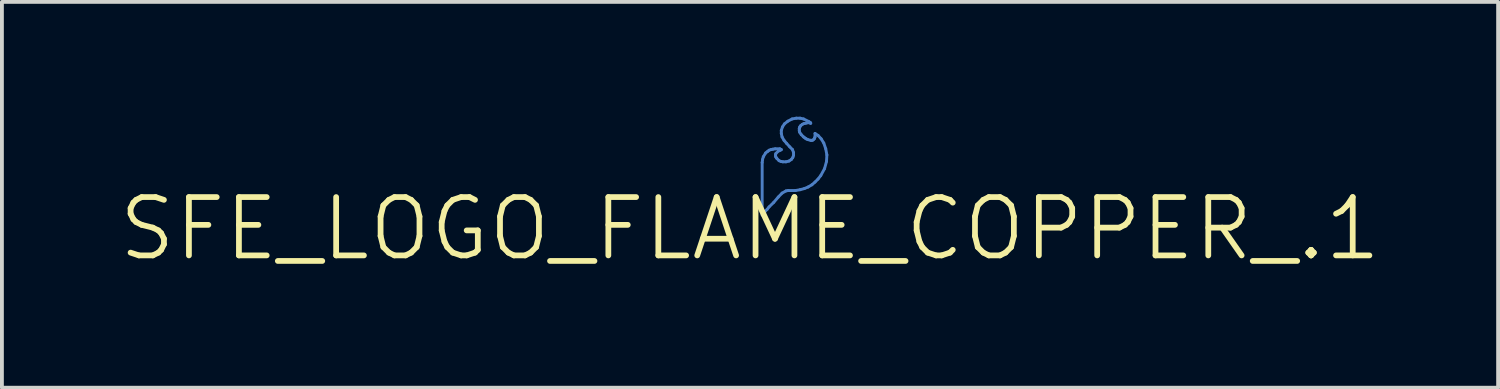
<source format=kicad_pcb>
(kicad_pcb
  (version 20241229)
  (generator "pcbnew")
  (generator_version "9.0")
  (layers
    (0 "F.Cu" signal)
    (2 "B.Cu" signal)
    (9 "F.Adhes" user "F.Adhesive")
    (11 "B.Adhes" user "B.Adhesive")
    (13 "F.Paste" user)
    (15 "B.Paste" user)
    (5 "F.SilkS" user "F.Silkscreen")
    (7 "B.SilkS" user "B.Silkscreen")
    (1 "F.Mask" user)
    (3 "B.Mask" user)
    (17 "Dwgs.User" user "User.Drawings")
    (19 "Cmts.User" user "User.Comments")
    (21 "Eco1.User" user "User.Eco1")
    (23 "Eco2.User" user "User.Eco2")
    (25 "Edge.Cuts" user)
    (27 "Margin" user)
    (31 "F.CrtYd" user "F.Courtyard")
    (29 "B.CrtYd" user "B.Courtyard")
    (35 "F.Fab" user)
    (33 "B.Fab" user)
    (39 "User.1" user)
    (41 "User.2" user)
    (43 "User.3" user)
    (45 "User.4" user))
  (footprint "SFE_LOGO_FLAME_COPPER_.1"
    (layer "F.Cu")
    (at 16.546 2.926)
    (property "Reference" "SFE_LOGO_FLAME_COPPER_.1" (at 0 0 0) (layer "F.SilkS") (effects (font (size 1.524 1.524) (thickness 0.15))))
    (attr exclude_from_pos_files exclude_from_bom)
    (fp_line (start 0.318 -1.73) (end 0.318 -0.358) (stroke (width 0.076) (type solid)) (layer "B.Cu"))
    (fp_line (start 0.318 -0.358) (end 0.368 -0.409) (stroke (width 0.076) (type solid)) (layer "B.Cu"))
    (fp_line (start 0.328 -1.808) (end 0.318 -1.73) (stroke (width 0.076) (type solid)) (layer "B.Cu"))
    (fp_line (start 0.348 -1.88) (end 0.328 -1.808) (stroke (width 0.076) (type solid)) (layer "B.Cu"))
    (fp_line (start 0.368 -0.409) (end 0.399 -0.46) (stroke (width 0.076) (type solid)) (layer "B.Cu"))
    (fp_line (start 0.399 -0.46) (end 0.45 -0.508) (stroke (width 0.076) (type solid)) (layer "B.Cu"))
    (fp_line (start 0.409 -1.979) (end 0.348 -1.88) (stroke (width 0.076) (type solid)) (layer "B.Cu"))
    (fp_line (start 0.45 -0.508) (end 0.498 -0.569) (stroke (width 0.076) (type solid)) (layer "B.Cu"))
    (fp_line (start 0.46 -2.019) (end 0.409 -1.979) (stroke (width 0.076) (type solid)) (layer "B.Cu"))
    (fp_line (start 0.498 -2.05) (end 0.46 -2.019) (stroke (width 0.076) (type solid)) (layer "B.Cu"))
    (fp_line (start 0.498 -0.569) (end 0.62 -0.688) (stroke (width 0.076) (type solid)) (layer "B.Cu"))
    (fp_line (start 0.549 -2.068) (end 0.498 -2.05) (stroke (width 0.076) (type solid)) (layer "B.Cu"))
    (fp_line (start 0.599 -2.078) (end 0.549 -2.068) (stroke (width 0.076) (type solid)) (layer "B.Cu"))
    (fp_line (start 0.62 -0.688) (end 0.739 -0.828) (stroke (width 0.076) (type solid)) (layer "B.Cu"))
    (fp_line (start 0.658 -2.088) (end 0.599 -2.078) (stroke (width 0.076) (type solid)) (layer "B.Cu"))
    (fp_line (start 0.668 -1.938) (end 0.678 -1.968) (stroke (width 0.076) (type solid)) (layer "B.Cu"))
    (fp_line (start 0.668 -1.9) (end 0.668 -1.938) (stroke (width 0.076) (type solid)) (layer "B.Cu"))
    (fp_line (start 0.678 -1.968) (end 0.739 -2.029) (stroke (width 0.076) (type solid)) (layer "B.Cu"))
    (fp_line (start 0.678 -1.869) (end 0.668 -1.9) (stroke (width 0.076) (type solid)) (layer "B.Cu"))
    (fp_line (start 0.699 -1.839) (end 0.678 -1.869) (stroke (width 0.076) (type solid)) (layer "B.Cu"))
    (fp_line (start 0.739 -2.029) (end 0.77 -2.04) (stroke (width 0.076) (type solid)) (layer "B.Cu"))
    (fp_line (start 0.739 -0.828) (end 0.838 -0.93) (stroke (width 0.076) (type solid)) (layer "B.Cu"))
    (fp_line (start 0.759 -1.778) (end 0.699 -1.839) (stroke (width 0.076) (type solid)) (layer "B.Cu"))
    (fp_line (start 0.77 -2.04) (end 0.808 -2.06) (stroke (width 0.076) (type solid)) (layer "B.Cu"))
    (fp_line (start 0.78 -2.088) (end 0.658 -2.088) (stroke (width 0.076) (type solid)) (layer "B.Cu"))
    (fp_line (start 0.808 -2.06) (end 0.818 -2.068) (stroke (width 0.076) (type solid)) (layer "B.Cu"))
    (fp_line (start 0.808 -1.758) (end 0.759 -1.778) (stroke (width 0.076) (type solid)) (layer "B.Cu"))
    (fp_line (start 0.818 -2.568) (end 0.818 -2.489) (stroke (width 0.076) (type solid)) (layer "B.Cu"))
    (fp_line (start 0.818 -2.489) (end 0.838 -2.398) (stroke (width 0.076) (type solid)) (layer "B.Cu"))
    (fp_line (start 0.818 -2.068) (end 0.78 -2.088) (stroke (width 0.076) (type solid)) (layer "B.Cu"))
    (fp_line (start 0.838 -2.398) (end 0.889 -2.309) (stroke (width 0.076) (type solid)) (layer "B.Cu"))
    (fp_line (start 0.838 -0.93) (end 0.94 -0.988) (stroke (width 0.076) (type solid)) (layer "B.Cu"))
    (fp_line (start 0.848 -2.659) (end 0.818 -2.568) (stroke (width 0.076) (type solid)) (layer "B.Cu"))
    (fp_line (start 0.859 -1.748) (end 0.808 -1.758) (stroke (width 0.076) (type solid)) (layer "B.Cu"))
    (fp_line (start 0.889 -2.309) (end 0.958 -2.228) (stroke (width 0.076) (type solid)) (layer "B.Cu"))
    (fp_line (start 0.899 -2.738) (end 0.848 -2.659) (stroke (width 0.076) (type solid)) (layer "B.Cu"))
    (fp_line (start 0.94 -1.748) (end 0.859 -1.748) (stroke (width 0.076) (type solid)) (layer "B.Cu"))
    (fp_line (start 0.94 -0.988) (end 0.998 -0.998) (stroke (width 0.076) (type solid)) (layer "B.Cu"))
    (fp_line (start 0.958 -2.228) (end 1.039 -2.139) (stroke (width 0.076) (type solid)) (layer "B.Cu"))
    (fp_line (start 0.988 -2.809) (end 0.899 -2.738) (stroke (width 0.076) (type solid)) (layer "B.Cu"))
    (fp_line (start 0.998 -0.998) (end 1.189 -0.998) (stroke (width 0.076) (type solid)) (layer "B.Cu"))
    (fp_line (start 1.019 -1.768) (end 0.94 -1.748) (stroke (width 0.076) (type solid)) (layer "B.Cu"))
    (fp_line (start 1.039 -2.139) (end 1.11 -2.068) (stroke (width 0.076) (type solid)) (layer "B.Cu"))
    (fp_line (start 1.079 -1.808) (end 1.019 -1.768) (stroke (width 0.076) (type solid)) (layer "B.Cu"))
    (fp_line (start 1.1 -2.868) (end 0.988 -2.809) (stroke (width 0.076) (type solid)) (layer "B.Cu"))
    (fp_line (start 1.11 -2.068) (end 1.138 -1.989) (stroke (width 0.076) (type solid)) (layer "B.Cu"))
    (fp_line (start 1.118 -1.859) (end 1.079 -1.808) (stroke (width 0.076) (type solid)) (layer "B.Cu"))
    (fp_line (start 1.138 -1.989) (end 1.138 -1.918) (stroke (width 0.076) (type solid)) (layer "B.Cu"))
    (fp_line (start 1.138 -1.918) (end 1.118 -1.859) (stroke (width 0.076) (type solid)) (layer "B.Cu"))
    (fp_line (start 1.189 -0.998) (end 1.308 -1.019) (stroke (width 0.076) (type solid)) (layer "B.Cu"))
    (fp_line (start 1.209 -2.888) (end 1.1 -2.868) (stroke (width 0.076) (type solid)) (layer "B.Cu"))
    (fp_line (start 1.288 -2.619) (end 1.298 -2.649) (stroke (width 0.076) (type solid)) (layer "B.Cu"))
    (fp_line (start 1.288 -2.558) (end 1.288 -2.619) (stroke (width 0.076) (type solid)) (layer "B.Cu"))
    (fp_line (start 1.298 -2.649) (end 1.308 -2.67) (stroke (width 0.076) (type solid)) (layer "B.Cu"))
    (fp_line (start 1.298 -2.52) (end 1.288 -2.558) (stroke (width 0.076) (type solid)) (layer "B.Cu"))
    (fp_line (start 1.308 -2.888) (end 1.209 -2.888) (stroke (width 0.076) (type solid)) (layer "B.Cu"))
    (fp_line (start 1.308 -2.67) (end 1.328 -2.697) (stroke (width 0.076) (type solid)) (layer "B.Cu"))
    (fp_line (start 1.308 -1.019) (end 1.42 -1.049) (stroke (width 0.076) (type solid)) (layer "B.Cu"))
    (fp_line (start 1.328 -2.697) (end 1.369 -2.728) (stroke (width 0.076) (type solid)) (layer "B.Cu"))
    (fp_line (start 1.339 -2.459) (end 1.298 -2.52) (stroke (width 0.076) (type solid)) (layer "B.Cu"))
    (fp_line (start 1.369 -2.728) (end 1.41 -2.748) (stroke (width 0.076) (type solid)) (layer "B.Cu"))
    (fp_line (start 1.4 -2.868) (end 1.308 -2.888) (stroke (width 0.076) (type solid)) (layer "B.Cu"))
    (fp_line (start 1.4 -2.398) (end 1.339 -2.459) (stroke (width 0.076) (type solid)) (layer "B.Cu"))
    (fp_line (start 1.41 -2.748) (end 1.458 -2.758) (stroke (width 0.076) (type solid)) (layer "B.Cu"))
    (fp_line (start 1.42 -1.049) (end 1.519 -1.09) (stroke (width 0.076) (type solid)) (layer "B.Cu"))
    (fp_line (start 1.438 -2.37) (end 1.4 -2.398) (stroke (width 0.076) (type solid)) (layer "B.Cu"))
    (fp_line (start 1.458 -2.758) (end 1.499 -2.769) (stroke (width 0.076) (type solid)) (layer "B.Cu"))
    (fp_line (start 1.468 -2.349) (end 1.438 -2.37) (stroke (width 0.076) (type solid)) (layer "B.Cu"))
    (fp_line (start 1.499 -2.769) (end 1.56 -2.769) (stroke (width 0.076) (type solid)) (layer "B.Cu"))
    (fp_line (start 1.509 -2.329) (end 1.468 -2.349) (stroke (width 0.076) (type solid)) (layer "B.Cu"))
    (fp_line (start 1.519 -1.09) (end 1.618 -1.148) (stroke (width 0.076) (type solid)) (layer "B.Cu"))
    (fp_line (start 1.539 -2.799) (end 1.4 -2.868) (stroke (width 0.076) (type solid)) (layer "B.Cu"))
    (fp_line (start 1.56 -2.769) (end 1.58 -2.758) (stroke (width 0.076) (type solid)) (layer "B.Cu"))
    (fp_line (start 1.58 -2.769) (end 1.539 -2.799) (stroke (width 0.076) (type solid)) (layer "B.Cu"))
    (fp_line (start 1.58 -2.758) (end 1.587 -2.758) (stroke (width 0.076) (type solid)) (layer "B.Cu"))
    (fp_line (start 1.587 -2.758) (end 1.58 -2.769) (stroke (width 0.076) (type solid)) (layer "B.Cu"))
    (fp_line (start 1.587 -2.309) (end 1.509 -2.329) (stroke (width 0.076) (type solid)) (layer "B.Cu"))
    (fp_line (start 1.618 -2.309) (end 1.587 -2.309) (stroke (width 0.076) (type solid)) (layer "B.Cu"))
    (fp_line (start 1.618 -1.148) (end 1.699 -1.219) (stroke (width 0.076) (type solid)) (layer "B.Cu"))
    (fp_line (start 1.648 -2.319) (end 1.618 -2.309) (stroke (width 0.076) (type solid)) (layer "B.Cu"))
    (fp_line (start 1.679 -2.349) (end 1.648 -2.319) (stroke (width 0.076) (type solid)) (layer "B.Cu"))
    (fp_line (start 1.689 -2.37) (end 1.679 -2.349) (stroke (width 0.076) (type solid)) (layer "B.Cu"))
    (fp_line (start 1.699 -2.489) (end 1.699 -2.398) (stroke (width 0.076) (type solid)) (layer "B.Cu"))
    (fp_line (start 1.699 -2.398) (end 1.689 -2.37) (stroke (width 0.076) (type solid)) (layer "B.Cu"))
    (fp_line (start 1.699 -1.219) (end 1.778 -1.298) (stroke (width 0.076) (type solid)) (layer "B.Cu"))
    (fp_line (start 1.778 -2.438) (end 1.699 -2.489) (stroke (width 0.076) (type solid)) (layer "B.Cu"))
    (fp_line (start 1.778 -1.298) (end 1.849 -1.389) (stroke (width 0.076) (type solid)) (layer "B.Cu"))
    (fp_line (start 1.849 -1.389) (end 1.948 -1.57) (stroke (width 0.076) (type solid)) (layer "B.Cu"))
    (fp_line (start 1.859 -2.349) (end 1.778 -2.438) (stroke (width 0.076) (type solid)) (layer "B.Cu"))
    (fp_line (start 1.928 -2.238) (end 1.859 -2.349) (stroke (width 0.076) (type solid)) (layer "B.Cu"))
    (fp_line (start 1.948 -1.57) (end 1.999 -1.758) (stroke (width 0.076) (type solid)) (layer "B.Cu"))
    (fp_line (start 1.979 -2.088) (end 1.928 -2.238) (stroke (width 0.076) (type solid)) (layer "B.Cu"))
    (fp_line (start 1.999 -1.758) (end 2.009 -1.928) (stroke (width 0.076) (type solid)) (layer "B.Cu"))
    (fp_line (start 2.009 -1.928) (end 1.979 -2.088) (stroke (width 0.076) (type solid)) (layer "B.Cu")))
  (gr_rect
    (start -3 -3)
    (end 36.093 7.081)
    (stroke (width 0.1) (type default))
    (fill no)
    (layer "Edge.Cuts")))
</source>
